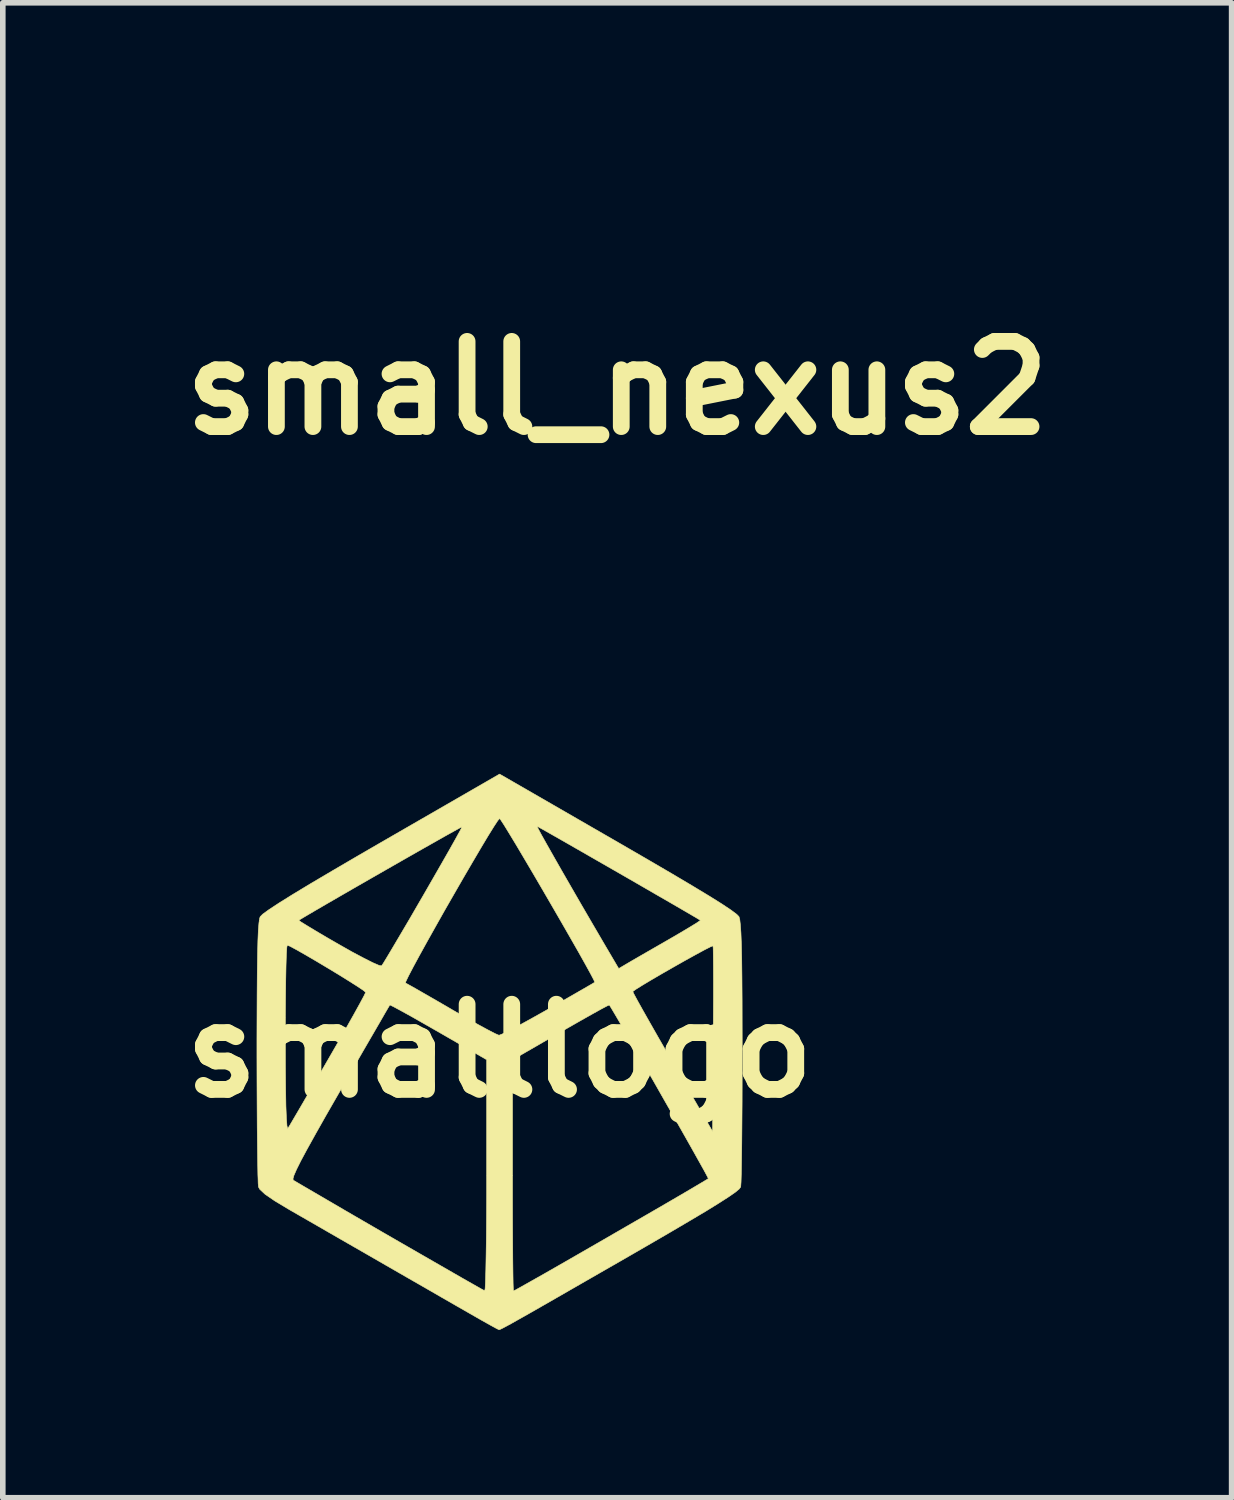
<source format=kicad_pcb>
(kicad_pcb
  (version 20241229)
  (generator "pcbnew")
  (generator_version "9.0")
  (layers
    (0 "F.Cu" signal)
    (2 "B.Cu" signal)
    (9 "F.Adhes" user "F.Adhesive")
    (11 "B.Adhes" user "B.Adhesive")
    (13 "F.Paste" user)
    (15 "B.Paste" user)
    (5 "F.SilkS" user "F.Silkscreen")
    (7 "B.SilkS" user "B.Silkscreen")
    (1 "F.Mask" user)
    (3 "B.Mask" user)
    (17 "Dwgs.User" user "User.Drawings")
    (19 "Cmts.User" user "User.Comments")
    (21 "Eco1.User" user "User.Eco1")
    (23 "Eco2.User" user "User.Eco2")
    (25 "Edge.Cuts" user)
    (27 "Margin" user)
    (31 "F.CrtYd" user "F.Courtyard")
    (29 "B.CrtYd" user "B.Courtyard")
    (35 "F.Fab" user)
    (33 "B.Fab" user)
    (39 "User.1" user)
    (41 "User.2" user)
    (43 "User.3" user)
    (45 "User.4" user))
  (footprint "small_nexus2"
    (layer "F.Cu")
    (at 7.99 3.891)
    (property "Reference" "small_nexus2" (at 0 0 0) (layer "F.SilkS") (effects (font (size 1.524 1.524) (thickness 0.3))))
    (attr through_hole)
    (fp_poly (pts (xy 0.067 -3.871) (xy 0.128 -3.837) (xy 0.161 -3.818) (xy 0.197 -3.796) (xy 0.259 -3.76) (xy 0.344 -3.71) (xy 0.449 -3.649) (xy 0.573 -3.577) (xy 0.713 -3.496) (xy 0.867 -3.407) (xy 1.033 -3.311) (xy 1.207 -3.21) (xy 1.389 -3.105) (xy 1.575 -2.998) (xy 1.763 -2.889) (xy 1.951 -2.78) (xy 2.137 -2.673) (xy 2.318 -2.569) (xy 2.492 -2.468) (xy 2.657 -2.374) (xy 2.81 -2.285) (xy 2.949 -2.206) (xy 3.071 -2.135) (xy 3.175 -2.075) (xy 3.259 -2.028) (xy 3.318 -1.994) (xy 3.353 -1.975) (xy 3.36 -1.971) (xy 3.364 -1.967) (xy 3.368 -1.957) (xy 3.371 -1.94) (xy 3.374 -1.913) (xy 3.376 -1.875) (xy 3.379 -1.825) (xy 3.38 -1.759) (xy 3.382 -1.677) (xy 3.383 -1.577) (xy 3.384 -1.457) (xy 3.385 -1.314) (xy 3.386 -1.148) (xy 3.386 -0.957) (xy 3.386 -0.738) (xy 3.386 -0.49) (xy 3.387 -0.212) (xy 3.387 -0.002) (xy 3.386 1.956) (xy 3.323 1.991) (xy 3.3 2.004) (xy 3.25 2.033) (xy 3.174 2.077) (xy 3.075 2.134) (xy 2.955 2.204) (xy 2.815 2.284) (xy 2.658 2.375) (xy 2.486 2.474) (xy 2.3 2.582) (xy 2.103 2.696) (xy 1.897 2.815) (xy 1.687 2.936) (xy 1.432 3.084) (xy 1.204 3.215) (xy 1.002 3.332) (xy 0.824 3.435) (xy 0.67 3.524) (xy 0.536 3.601) (xy 0.422 3.666) (xy 0.326 3.721) (xy 0.247 3.767) (xy 0.182 3.803) (xy 0.131 3.832) (xy 0.09 3.854) (xy 0.06 3.87) (xy 0.038 3.882) (xy 0.023 3.889) (xy 0.012 3.893) (xy 0.005 3.894) (xy -0.000099 3.895) (xy -0.004 3.895) (xy -0.022 3.886) (xy -0.067 3.862) (xy -0.137 3.823) (xy -0.231 3.77) (xy -0.347 3.705) (xy -0.483 3.627) (xy -0.637 3.54) (xy -0.808 3.442) (xy -0.992 3.336) (xy -1.189 3.223) (xy -1.397 3.104) (xy -1.614 2.979) (xy -1.707 2.925) (xy -3.386 1.956) (xy -3.386 1.67) (xy -2.675 1.67) (xy -2.66 1.68) (xy -2.619 1.706) (xy -2.554 1.745) (xy -2.468 1.796) (xy -2.363 1.858) (xy -2.241 1.929) (xy -2.107 2.008) (xy -1.962 2.093) (xy -1.808 2.182) (xy -1.65 2.275) (xy -1.489 2.368) (xy -1.327 2.462) (xy -1.169 2.553) (xy -1.015 2.642) (xy -0.87 2.726) (xy -0.735 2.803) (xy -0.614 2.872) (xy -0.508 2.932) (xy -0.422 2.981) (xy -0.356 3.018) (xy -0.315 3.04) (xy -0.3 3.047) (xy -0.299 3.031) (xy -0.297 2.983) (xy -0.295 2.906) (xy -0.294 2.803) (xy -0.293 2.676) (xy -0.292 2.527) (xy -0.292 2.359) (xy -0.291 2.174) (xy -0.291 2.124) (xy 0.291 2.124) (xy 0.291 2.335) (xy 0.292 2.515) (xy 0.292 2.666) (xy 0.294 2.79) (xy 0.295 2.888) (xy 0.298 2.961) (xy 0.3 3.011) (xy 0.303 3.038) (xy 0.307 3.045) (xy 0.324 3.035) (xy 0.368 3.01) (xy 0.437 2.971) (xy 0.529 2.919) (xy 0.642 2.855) (xy 0.772 2.78) (xy 0.918 2.696) (xy 1.078 2.605) (xy 1.249 2.506) (xy 1.43 2.402) (xy 1.5 2.362) (xy 1.727 2.231) (xy 1.926 2.116) (xy 2.098 2.016) (xy 2.244 1.93) (xy 2.366 1.858) (xy 2.466 1.798) (xy 2.544 1.749) (xy 2.602 1.712) (xy 2.641 1.685) (xy 2.663 1.667) (xy 2.669 1.658) (xy 2.659 1.636) (xy 2.635 1.589) (xy 2.597 1.522) (xy 2.55 1.437) (xy 2.495 1.34) (xy 2.434 1.234) (xy 2.374 1.13) (xy 2.3 1.002) (xy 2.216 0.857) (xy 2.125 0.699) (xy 2.031 0.537) (xy 1.937 0.374) (xy 1.847 0.217) (xy 1.829 0.186) (xy 1.751 0.051) (xy 1.678 -0.076) (xy 1.611 -0.191) (xy 1.553 -0.29) (xy 1.505 -0.371) (xy 1.47 -0.432) (xy 1.448 -0.468) (xy 1.442 -0.477) (xy 1.425 -0.471) (xy 1.383 -0.45) (xy 1.317 -0.416) (xy 1.232 -0.369) (xy 1.131 -0.313) (xy 1.017 -0.248) (xy 0.892 -0.177) (xy 0.864 -0.16) (xy 0.296 0.167) (xy 0.292 1.609) (xy 0.291 1.883) (xy 0.291 2.124) (xy -0.291 2.124) (xy -0.291 1.975) (xy -0.292 1.764) (xy -0.292 1.607) (xy -0.296 0.167) (xy -0.864 -0.161) (xy -0.99 -0.233) (xy -1.107 -0.3) (xy -1.211 -0.358) (xy -1.3 -0.407) (xy -1.37 -0.444) (xy -1.418 -0.468) (xy -1.441 -0.477) (xy -1.442 -0.477) (xy -1.453 -0.46) (xy -1.479 -0.417) (xy -1.517 -0.353) (xy -1.565 -0.271) (xy -1.621 -0.174) (xy -1.683 -0.067) (xy -1.697 -0.042) (xy -1.851 0.225) (xy -1.989 0.464) (xy -2.112 0.676) (xy -2.22 0.864) (xy -2.314 1.028) (xy -2.395 1.169) (xy -2.464 1.29) (xy -2.522 1.391) (xy -2.569 1.474) (xy -2.606 1.54) (xy -2.634 1.591) (xy -2.655 1.628) (xy -2.667 1.653) (xy -2.674 1.667) (xy -2.675 1.67) (xy -3.386 1.67) (xy -3.386 0) (xy -3.386 -1.271) (xy -2.794 -1.271) (xy -2.793 -0.293) (xy -2.793 -0.076) (xy -2.793 0.108) (xy -2.792 0.263) (xy -2.79 0.388) (xy -2.788 0.488) (xy -2.786 0.562) (xy -2.783 0.613) (xy -2.78 0.643) (xy -2.776 0.654) (xy -2.774 0.652) (xy -2.761 0.631) (xy -2.734 0.583) (xy -2.693 0.513) (xy -2.641 0.422) (xy -2.578 0.313) (xy -2.508 0.191) (xy -2.431 0.057) (xy -2.35 -0.082) (xy -2.269 -0.223) (xy -2.194 -0.354) (xy -2.126 -0.473) (xy -2.067 -0.577) (xy -2.018 -0.663) (xy -1.981 -0.729) (xy -1.958 -0.771) (xy -1.951 -0.787) (xy -1.951 -0.787) (xy -1.966 -0.797) (xy -2.007 -0.821) (xy -2.068 -0.856) (xy -2.144 -0.9) (xy -2.23 -0.95) (xy -2.323 -1.003) (xy -1.134 -1.003) (xy -1.12 -0.992) (xy -1.08 -0.967) (xy -1.018 -0.929) (xy -0.939 -0.882) (xy -0.846 -0.826) (xy -0.742 -0.766) (xy -0.633 -0.702) (xy -0.521 -0.637) (xy -0.41 -0.573) (xy -0.305 -0.513) (xy -0.209 -0.459) (xy -0.127 -0.413) (xy -0.061 -0.377) (xy -0.016 -0.353) (xy 0.004 -0.344) (xy 0.004 -0.344) (xy 0.021 -0.353) (xy 0.064 -0.377) (xy 0.13 -0.414) (xy 0.215 -0.463) (xy 0.317 -0.521) (xy 0.431 -0.586) (xy 0.555 -0.657) (xy 0.575 -0.669) (xy 0.7 -0.741) (xy 0.779 -0.787) (xy 1.951 -0.787) (xy 1.958 -0.772) (xy 1.981 -0.731) (xy 2.017 -0.666) (xy 2.066 -0.579) (xy 2.125 -0.475) (xy 2.193 -0.356) (xy 2.269 -0.224) (xy 2.35 -0.082) (xy 2.366 -0.056) (xy 2.786 0.672) (xy 2.79 0.193) (xy 2.791 0.036) (xy 2.792 -0.143) (xy 2.792 -0.332) (xy 2.792 -0.52) (xy 2.791 -0.693) (xy 2.79 -0.778) (xy 2.786 -1.27) (xy 2.371 -1.031) (xy 2.263 -0.969) (xy 2.166 -0.913) (xy 2.083 -0.865) (xy 2.016 -0.826) (xy 1.971 -0.8) (xy 1.951 -0.788) (xy 1.951 -0.787) (xy 0.779 -0.787) (xy 0.815 -0.808) (xy 0.917 -0.869) (xy 1.004 -0.92) (xy 1.071 -0.961) (xy 1.115 -0.989) (xy 1.134 -1.003) (xy 1.134 -1.004) (xy 1.126 -1.021) (xy 1.103 -1.064) (xy 1.066 -1.13) (xy 1.018 -1.215) (xy 0.96 -1.317) (xy 0.895 -1.431) (xy 0.824 -1.556) (xy 0.81 -1.579) (xy 0.724 -1.728) (xy 0.633 -1.886) (xy 0.539 -2.048) (xy 0.448 -2.207) (xy 0.363 -2.354) (xy 0.289 -2.483) (xy 0.251 -2.548) (xy 0.189 -2.655) (xy 0.133 -2.751) (xy 0.132 -2.752) (xy 0.817 -2.752) (xy 0.824 -2.738) (xy 0.847 -2.697) (xy 0.882 -2.633) (xy 0.93 -2.549) (xy 0.987 -2.449) (xy 1.051 -2.335) (xy 1.122 -2.211) (xy 1.197 -2.08) (xy 1.275 -1.945) (xy 1.352 -1.81) (xy 1.429 -1.677) (xy 1.503 -1.55) (xy 1.571 -1.432) (xy 1.604 -1.376) (xy 1.631 -1.334) (xy 1.652 -1.308) (xy 1.659 -1.304) (xy 1.677 -1.312) (xy 1.72 -1.335) (xy 1.785 -1.371) (xy 1.867 -1.417) (xy 1.962 -1.472) (xy 2.068 -1.532) (xy 2.077 -1.537) (xy 2.182 -1.599) (xy 2.277 -1.656) (xy 2.357 -1.705) (xy 2.42 -1.745) (xy 2.46 -1.773) (xy 2.476 -1.787) (xy 2.476 -1.787) (xy 2.461 -1.798) (xy 2.42 -1.824) (xy 2.356 -1.862) (xy 2.272 -1.912) (xy 2.172 -1.972) (xy 2.059 -2.038) (xy 1.936 -2.111) (xy 1.805 -2.187) (xy 1.671 -2.265) (xy 1.536 -2.344) (xy 1.404 -2.42) (xy 1.278 -2.493) (xy 1.16 -2.561) (xy 1.055 -2.621) (xy 0.965 -2.672) (xy 0.894 -2.712) (xy 0.844 -2.739) (xy 0.819 -2.752) (xy 0.817 -2.752) (xy 0.132 -2.752) (xy 0.084 -2.833) (xy 0.044 -2.898) (xy 0.017 -2.941) (xy 0.004 -2.959) (xy 0.003 -2.959) (xy -0.007 -2.946) (xy -0.032 -2.906) (xy -0.071 -2.842) (xy -0.121 -2.758) (xy -0.182 -2.656) (xy -0.251 -2.54) (xy -0.326 -2.412) (xy -0.406 -2.275) (xy -0.49 -2.131) (xy -0.575 -1.985) (xy -0.66 -1.839) (xy -0.743 -1.696) (xy -0.822 -1.558) (xy -0.896 -1.429) (xy -0.963 -1.312) (xy -1.022 -1.209) (xy -1.07 -1.124) (xy -1.105 -1.059) (xy -1.127 -1.018) (xy -1.134 -1.003) (xy -2.323 -1.003) (xy -2.323 -1.004) (xy -2.418 -1.058) (xy -2.509 -1.111) (xy -2.593 -1.159) (xy -2.664 -1.199) (xy -2.718 -1.23) (xy -2.751 -1.248) (xy -2.756 -1.251) (xy -2.794 -1.271) (xy -3.386 -1.271) (xy -3.386 -1.785) (xy -2.476 -1.785) (xy -2.463 -1.773) (xy -2.424 -1.747) (xy -2.365 -1.71) (xy -2.291 -1.664) (xy -2.205 -1.612) (xy -2.113 -1.557) (xy -2.018 -1.502) (xy -1.926 -1.448) (xy -1.841 -1.399) (xy -1.768 -1.358) (xy -1.711 -1.327) (xy -1.675 -1.309) (xy -1.665 -1.306) (xy -1.652 -1.319) (xy -1.624 -1.358) (xy -1.584 -1.419) (xy -1.536 -1.497) (xy -1.481 -1.589) (xy -1.438 -1.664) (xy -1.318 -1.871) (xy -1.214 -2.051) (xy -1.125 -2.205) (xy -1.05 -2.335) (xy -0.988 -2.444) (xy -0.937 -2.532) (xy -0.897 -2.603) (xy -0.866 -2.657) (xy -0.844 -2.697) (xy -0.829 -2.725) (xy -0.82 -2.742) (xy -0.817 -2.751) (xy -0.817 -2.752) (xy -0.832 -2.745) (xy -0.874 -2.723) (xy -0.938 -2.687) (xy -1.022 -2.639) (xy -1.123 -2.582) (xy -1.236 -2.517) (xy -1.36 -2.445) (xy -1.49 -2.37) (xy -1.625 -2.292) (xy -1.759 -2.213) (xy -1.891 -2.136) (xy -2.018 -2.061) (xy -2.135 -1.992) (xy -2.24 -1.93) (xy -2.33 -1.876) (xy -2.401 -1.834) (xy -2.45 -1.803) (xy -2.474 -1.787) (xy -2.476 -1.785) (xy -3.386 -1.785) (xy -3.386 -1.956) (xy -3.298 -2.004) (xy -3.274 -2.018) (xy -3.223 -2.047) (xy -3.147 -2.091) (xy -3.049 -2.147) (xy -2.932 -2.214) (xy -2.797 -2.292) (xy -2.647 -2.378) (xy -2.485 -2.472) (xy -2.312 -2.572) (xy -2.132 -2.676) (xy -1.946 -2.783) (xy -1.757 -2.892) (xy -1.567 -3.002) (xy -1.379 -3.111) (xy -1.194 -3.217) (xy -1.017 -3.32) (xy -0.848 -3.417) (xy -0.69 -3.508) (xy -0.546 -3.592) (xy -0.418 -3.666) (xy -0.309 -3.729) (xy -0.22 -3.781) (xy -0.154 -3.819) (xy -0.14 -3.827) (xy -0.074 -3.864) (xy -0.024 -3.884) (xy 0.019 -3.886) (xy 0.067 -3.871)) (stroke (width 0.01) (type solid)) (fill yes) (layer "F.Mask")))
  (footprint "smalllogo"
    (layer "F.Cu")
    (at 5.886 15.747)
    (property "Reference" "smalllogo" (at 0 0 0) (layer "F.SilkS") (effects (font (size 1.524 1.524) (thickness 0.3))))
    (attr through_hole)
    (fp_poly (pts (xy 2.112 -3.733) (xy 2.635 -3.43) (xy 3.08 -3.17) (xy 3.451 -2.95) (xy 3.749 -2.77) (xy 3.979 -2.626) (xy 4.142 -2.517) (xy 4.242 -2.442) (xy 4.282 -2.401) (xy 4.296 -2.351) (xy 4.307 -2.257) (xy 4.317 -2.113) (xy 4.325 -1.912) (xy 4.331 -1.649) (xy 4.335 -1.317) (xy 4.338 -0.91) (xy 4.339 -0.422) (xy 4.34 0.023) (xy 4.339 0.479) (xy 4.338 0.91) (xy 4.335 1.305) (xy 4.332 1.656) (xy 4.328 1.953) (xy 4.324 2.187) (xy 4.319 2.349) (xy 4.313 2.43) (xy 4.312 2.435) (xy 4.285 2.471) (xy 4.214 2.53) (xy 4.094 2.613) (xy 3.921 2.724) (xy 3.69 2.867) (xy 3.395 3.042) (xy 3.033 3.255) (xy 2.599 3.507) (xy 2.246 3.711) (xy 1.765 3.987) (xy 1.358 4.221) (xy 1.019 4.416) (xy 0.74 4.576) (xy 0.518 4.703) (xy 0.344 4.801) (xy 0.213 4.875) (xy 0.119 4.926) (xy 0.055 4.96) (xy 0.016 4.979) (xy -0.005 4.987) (xy -0.01 4.988) (xy -0.055 4.966) (xy -0.161 4.908) (xy -0.311 4.824) (xy -0.418 4.763) (xy -0.559 4.682) (xy -0.767 4.563) (xy -1.026 4.414) (xy -1.322 4.243) (xy -1.641 4.06) (xy -1.969 3.871) (xy -2.032 3.835) (xy -2.368 3.641) (xy -2.706 3.447) (xy -3.029 3.261) (xy -3.322 3.092) (xy -3.569 2.95) (xy -3.753 2.844) (xy -3.77 2.834) (xy -4.023 2.682) (xy -4.195 2.564) (xy -4.29 2.475) (xy -4.312 2.435) (xy -4.318 2.37) (xy -4.32 2.291) (xy -3.696 2.291) (xy -3.689 2.314) (xy -3.526 2.41) (xy -3.31 2.536) (xy -3.053 2.686) (xy -2.764 2.855) (xy -2.452 3.036) (xy -2.128 3.224) (xy -1.801 3.413) (xy -1.481 3.597) (xy -1.179 3.771) (xy -0.904 3.929) (xy -0.666 4.066) (xy -0.474 4.175) (xy -0.34 4.251) (xy -0.272 4.288) (xy -0.266 4.291) (xy -0.258 4.247) (xy -0.252 4.12) (xy -0.246 3.919) (xy -0.241 3.654) (xy -0.236 3.333) (xy -0.233 2.965) (xy -0.231 2.561) (xy -0.231 2.226) (xy -0.231 0.16) (xy 0.231 0.16) (xy 0.231 2.227) (xy 0.231 2.654) (xy 0.232 3.052) (xy 0.234 3.41) (xy 0.236 3.72) (xy 0.239 3.972) (xy 0.242 4.158) (xy 0.246 4.268) (xy 0.249 4.295) (xy 0.292 4.273) (xy 0.405 4.21) (xy 0.577 4.113) (xy 0.8 3.987) (xy 1.062 3.837) (xy 1.353 3.67) (xy 1.438 3.621) (xy 1.87 3.372) (xy 2.273 3.139) (xy 2.642 2.926) (xy 2.968 2.737) (xy 3.246 2.575) (xy 3.467 2.445) (xy 3.627 2.35) (xy 3.717 2.296) (xy 3.734 2.284) (xy 3.714 2.243) (xy 3.655 2.133) (xy 3.561 1.965) (xy 3.439 1.747) (xy 3.295 1.492) (xy 3.135 1.21) (xy 2.964 0.911) (xy 2.79 0.605) (xy 2.618 0.304) (xy 2.454 0.018) (xy 2.304 -0.243) (xy 2.173 -0.468) (xy 2.069 -0.646) (xy 1.997 -0.767) (xy 1.963 -0.821) (xy 1.963 -0.821) (xy 1.922 -0.803) (xy 1.812 -0.745) (xy 1.647 -0.653) (xy 1.436 -0.534) (xy 1.193 -0.395) (xy 1.092 -0.337) (xy 0.231 0.16) (xy -0.231 0.16) (xy -0.231 0.158) (xy -1.091 -0.338) (xy -1.345 -0.483) (xy -1.569 -0.611) (xy -1.754 -0.713) (xy -1.887 -0.785) (xy -1.956 -0.819) (xy -1.963 -0.821) (xy -1.988 -0.78) (xy -2.054 -0.667) (xy -2.155 -0.491) (xy -2.288 -0.262) (xy -2.447 0.012) (xy -2.626 0.323) (xy -2.821 0.662) (xy -2.863 0.734) (xy -3.1 1.146) (xy -3.292 1.486) (xy -3.443 1.758) (xy -3.556 1.968) (xy -3.633 2.123) (xy -3.679 2.229) (xy -3.696 2.291) (xy -4.32 2.291) (xy -4.323 2.221) (xy -4.327 1.999) (xy -4.331 1.712) (xy -4.335 1.37) (xy -4.337 0.982) (xy -4.339 0.557) (xy -4.34 0.104) (xy -4.34 0.023) (xy -4.34 -0.219) (xy -3.832 -0.219) (xy -3.831 0.273) (xy -3.827 0.675) (xy -3.822 0.986) (xy -3.813 1.208) (xy -3.803 1.342) (xy -3.79 1.388) (xy -3.786 1.385) (xy -3.751 1.329) (xy -3.677 1.203) (xy -3.569 1.019) (xy -3.434 0.787) (xy -3.277 0.517) (xy -3.106 0.222) (xy -3.066 0.153) (xy -2.894 -0.145) (xy -2.739 -0.417) (xy -2.606 -0.653) (xy -2.501 -0.843) (xy -2.429 -0.977) (xy -2.397 -1.043) (xy -2.396 -1.048) (xy -2.434 -1.081) (xy -2.537 -1.15) (xy -2.637 -1.214) (xy -1.683 -1.214) (xy -1.631 -1.186) (xy -1.513 -1.12) (xy -1.341 -1.021) (xy -1.127 -0.898) (xy -0.886 -0.758) (xy -0.854 -0.739) (xy -0.61 -0.598) (xy -0.39 -0.474) (xy -0.208 -0.375) (xy -0.078 -0.308) (xy -0.013 -0.28) (xy -0.01 -0.279) (xy 0.046 -0.301) (xy 0.17 -0.362) (xy 0.347 -0.455) (xy 0.565 -0.575) (xy 0.811 -0.713) (xy 0.867 -0.745) (xy 1.115 -0.887) (xy 1.334 -1.013) (xy 1.416 -1.06) (xy 2.383 -1.06) (xy 2.404 -1.015) (xy 2.466 -0.9) (xy 2.563 -0.726) (xy 2.691 -0.5) (xy 2.842 -0.235) (xy 3.012 0.061) (xy 3.094 0.203) (xy 3.81 1.441) (xy 3.822 -0.21) (xy 3.824 -0.591) (xy 3.826 -0.942) (xy 3.826 -1.252) (xy 3.825 -1.512) (xy 3.823 -1.71) (xy 3.821 -1.835) (xy 3.817 -1.879) (xy 3.774 -1.862) (xy 3.667 -1.808) (xy 3.512 -1.724) (xy 3.324 -1.62) (xy 3.119 -1.504) (xy 2.913 -1.386) (xy 2.721 -1.274) (xy 2.559 -1.177) (xy 2.442 -1.104) (xy 2.386 -1.064) (xy 2.383 -1.06) (xy 1.416 -1.06) (xy 1.513 -1.116) (xy 1.639 -1.189) (xy 1.699 -1.225) (xy 1.703 -1.228) (xy 1.685 -1.27) (xy 1.627 -1.381) (xy 1.534 -1.55) (xy 1.413 -1.766) (xy 1.269 -2.018) (xy 1.11 -2.295) (xy 0.941 -2.587) (xy 0.769 -2.883) (xy 0.6 -3.172) (xy 0.44 -3.443) (xy 0.296 -3.686) (xy 0.173 -3.889) (xy 0.094 -4.018) (xy 0.67 -4.018) (xy 0.687 -3.98) (xy 0.745 -3.871) (xy 0.839 -3.703) (xy 0.963 -3.484) (xy 1.111 -3.224) (xy 1.278 -2.934) (xy 1.458 -2.622) (xy 1.646 -2.299) (xy 1.836 -1.974) (xy 1.878 -1.902) (xy 2.131 -1.472) (xy 2.278 -1.559) (xy 2.37 -1.613) (xy 2.524 -1.702) (xy 2.72 -1.815) (xy 2.939 -1.941) (xy 3.014 -1.984) (xy 3.22 -2.104) (xy 3.393 -2.207) (xy 3.519 -2.284) (xy 3.585 -2.329) (xy 3.591 -2.336) (xy 3.548 -2.363) (xy 3.436 -2.429) (xy 3.266 -2.528) (xy 3.049 -2.654) (xy 2.796 -2.8) (xy 2.518 -2.961) (xy 2.225 -3.13) (xy 1.929 -3.3) (xy 1.64 -3.466) (xy 1.37 -3.621) (xy 1.129 -3.759) (xy 0.927 -3.874) (xy 0.777 -3.959) (xy 0.689 -4.008) (xy 0.67 -4.018) (xy 0.094 -4.018) (xy 0.079 -4.042) (xy 0.019 -4.134) (xy 0 -4.156) (xy -0.033 -4.118) (xy -0.103 -4.011) (xy -0.206 -3.845) (xy -0.334 -3.631) (xy -0.481 -3.381) (xy -0.643 -3.104) (xy -0.811 -2.812) (xy -0.981 -2.516) (xy -1.145 -2.225) (xy -1.298 -1.952) (xy -1.434 -1.706) (xy -1.546 -1.499) (xy -1.629 -1.34) (xy -1.676 -1.242) (xy -1.683 -1.214) (xy -2.637 -1.214) (xy -2.688 -1.246) (xy -2.873 -1.361) (xy -3.075 -1.483) (xy -3.279 -1.605) (xy -3.469 -1.716) (xy -3.629 -1.807) (xy -3.744 -1.869) (xy -3.798 -1.892) (xy -3.806 -1.848) (xy -3.814 -1.721) (xy -3.82 -1.523) (xy -3.825 -1.264) (xy -3.829 -0.953) (xy -3.832 -0.601) (xy -3.832 -0.219) (xy -4.34 -0.219) (xy -4.339 -0.536) (xy -4.337 -1.01) (xy -4.334 -1.402) (xy -4.329 -1.721) (xy -4.323 -1.971) (xy -4.315 -2.158) (xy -4.304 -2.29) (xy -4.297 -2.335) (xy -3.591 -2.335) (xy -3.557 -2.309) (xy -3.455 -2.246) (xy -3.298 -2.151) (xy -3.097 -2.032) (xy -2.875 -1.904) (xy -2.642 -1.772) (xy -2.435 -1.662) (xy -2.269 -1.578) (xy -2.156 -1.529) (xy -2.111 -1.52) (xy -2.079 -1.568) (xy -2.008 -1.685) (xy -1.902 -1.863) (xy -1.768 -2.09) (xy -1.611 -2.356) (xy -1.439 -2.653) (xy -1.368 -2.775) (xy -1.193 -3.079) (xy -1.034 -3.356) (xy -0.897 -3.596) (xy -0.788 -3.79) (xy -0.712 -3.928) (xy -0.674 -4) (xy -0.671 -4.008) (xy -0.711 -3.988) (xy -0.82 -3.928) (xy -0.987 -3.835) (xy -1.202 -3.713) (xy -1.453 -3.571) (xy -1.73 -3.413) (xy -2.022 -3.246) (xy -2.317 -3.077) (xy -2.606 -2.911) (xy -2.878 -2.754) (xy -3.12 -2.614) (xy -3.324 -2.495) (xy -3.477 -2.405) (xy -3.569 -2.35) (xy -3.591 -2.335) (xy -4.297 -2.335) (xy -4.292 -2.37) (xy -4.282 -2.399) (xy -4.236 -2.446) (xy -4.124 -2.527) (xy -3.946 -2.644) (xy -3.699 -2.798) (xy -3.38 -2.991) (xy -2.987 -3.223) (xy -2.517 -3.498) (xy -2.113 -3.732) (xy -0.000188 -4.951) (xy 2.112 -3.733)) (stroke (width 0.01) (type solid)) (fill yes) (layer "F.SilkS")))
  (gr_rect
    (start -3 -3)
    (end 18.98 23.74)
    (stroke (width 0.1) (type default))
    (fill no)
    (layer "Edge.Cuts")))
</source>
